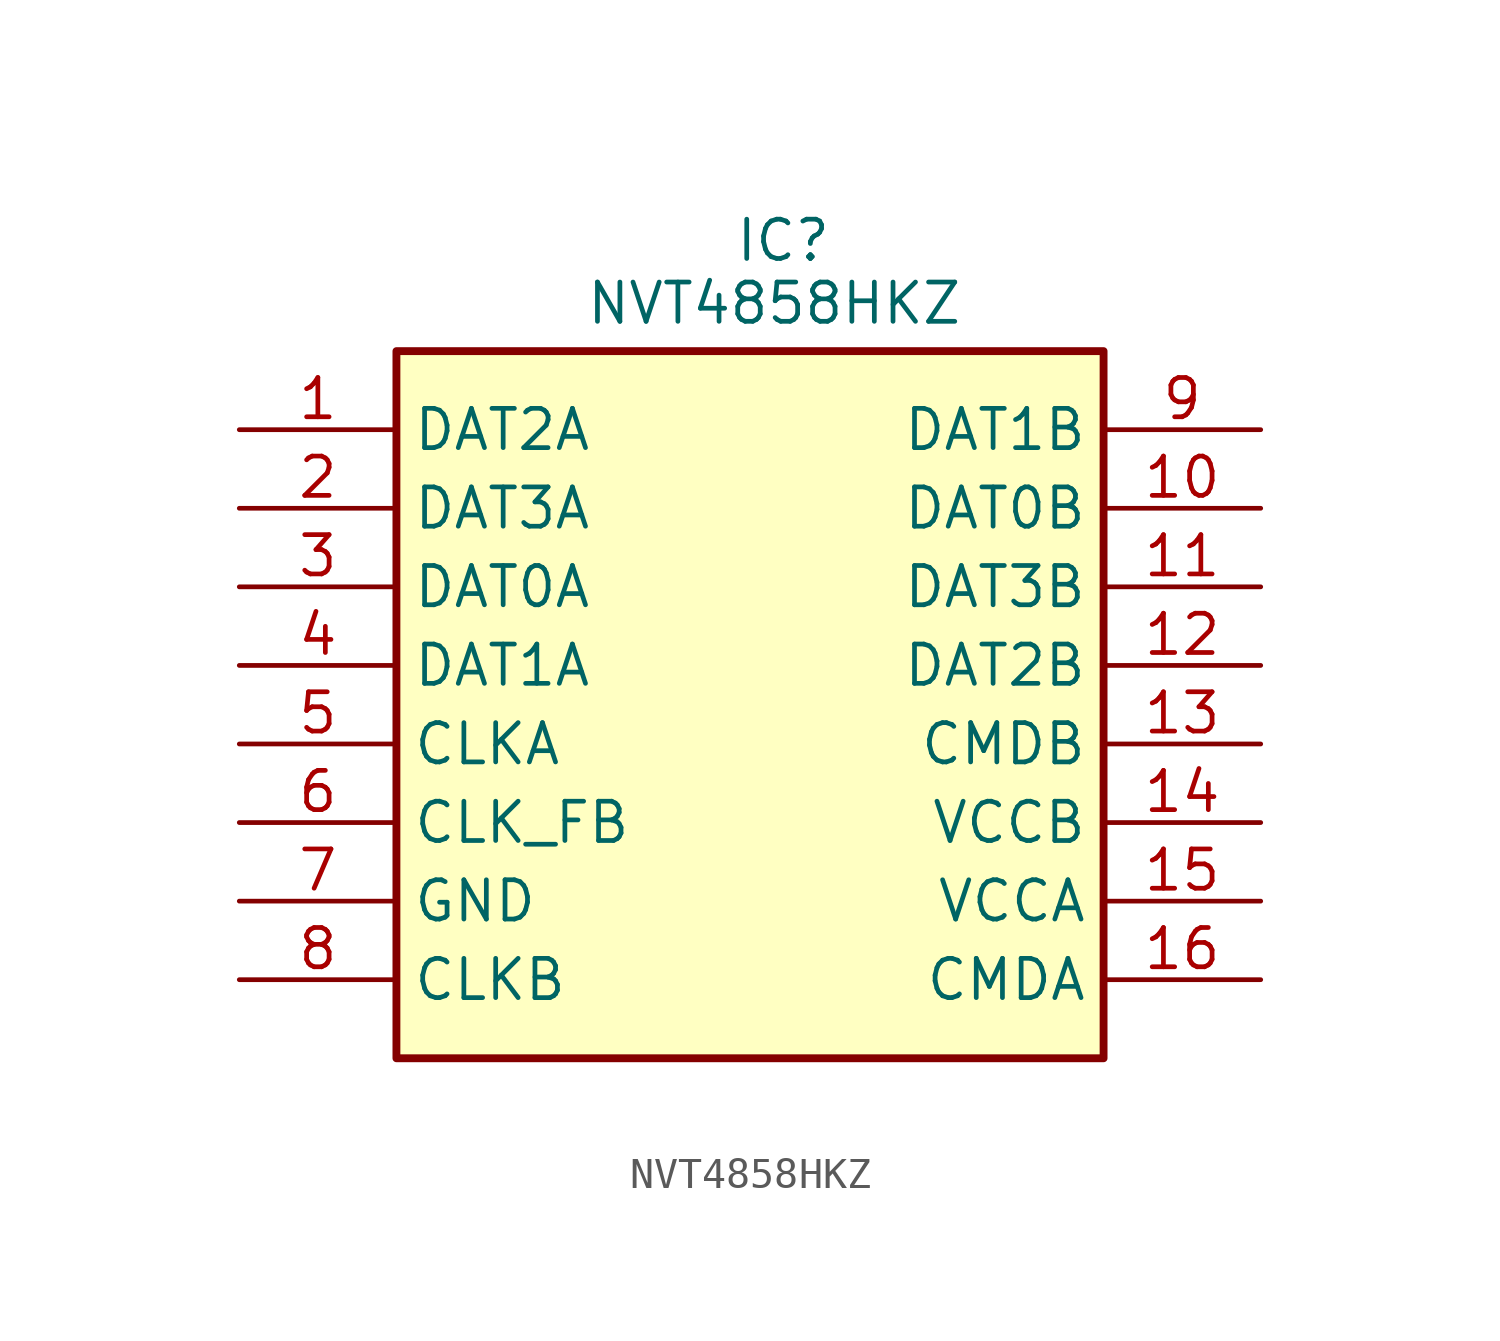
<source format=kicad_sym>
(kicad_symbol_lib
  (version 20241209)
  (generator "kicad_symbol_editor")
  (generator_version "9.0")
  (symbol "NVT4858HKZ"
    (property "Reference" "IC"
      (at 16.002 6.858 0)
      (effects (font (size 1.27 1.27)) (justify left top)))
    (property "Value" "NVT4858HKZ"
      (at 11.176 4.826 0)
      (effects (font (size 1.27 1.27)) (justify left top)))
    (symbol "NVT4858HKZ_1_1"
      (rectangle (start 5.08 2.54) (end 27.94 -20.32) (stroke (width 0.254) (type default)) (fill (type background)))
      (pin passive line (at 0 0 0) (length 5.08) (name "DAT2A" (effects (font (size 1.27 1.27)))) (number "1" (effects (font (size 1.27 1.27)))))
      (pin passive line (at 0 -2.54 0) (length 5.08) (name "DAT3A" (effects (font (size 1.27 1.27)))) (number "2" (effects (font (size 1.27 1.27)))))
      (pin passive line (at 0 -5.08 0) (length 5.08) (name "DAT0A" (effects (font (size 1.27 1.27)))) (number "3" (effects (font (size 1.27 1.27)))))
      (pin passive line (at 0 -7.62 0) (length 5.08) (name "DAT1A" (effects (font (size 1.27 1.27)))) (number "4" (effects (font (size 1.27 1.27)))))
      (pin passive line (at 0 -10.16 0) (length 5.08) (name "CLKA" (effects (font (size 1.27 1.27)))) (number "5" (effects (font (size 1.27 1.27)))))
      (pin passive line (at 0 -12.7 0) (length 5.08) (name "CLK_FB" (effects (font (size 1.27 1.27)))) (number "6" (effects (font (size 1.27 1.27)))))
      (pin passive line (at 0 -15.24 0) (length 5.08) (name "GND" (effects (font (size 1.27 1.27)))) (number "7" (effects (font (size 1.27 1.27)))))
      (pin passive line (at 0 -17.78 0) (length 5.08) (name "CLKB" (effects (font (size 1.27 1.27)))) (number "8" (effects (font (size 1.27 1.27)))))
      (pin passive line (at 33.02 0 180) (length 5.08) (name "DAT1B" (effects (font (size 1.27 1.27)))) (number "9" (effects (font (size 1.27 1.27)))))
      (pin passive line (at 33.02 -2.54 180) (length 5.08) (name "DAT0B" (effects (font (size 1.27 1.27)))) (number "10" (effects (font (size 1.27 1.27)))))
      (pin passive line (at 33.02 -5.08 180) (length 5.08) (name "DAT3B" (effects (font (size 1.27 1.27)))) (number "11" (effects (font (size 1.27 1.27)))))
      (pin passive line (at 33.02 -7.62 180) (length 5.08) (name "DAT2B" (effects (font (size 1.27 1.27)))) (number "12" (effects (font (size 1.27 1.27)))))
      (pin passive line (at 33.02 -10.16 180) (length 5.08) (name "CMDB" (effects (font (size 1.27 1.27)))) (number "13" (effects (font (size 1.27 1.27)))))
      (pin passive line (at 33.02 -12.7 180) (length 5.08) (name "VCCB" (effects (font (size 1.27 1.27)))) (number "14" (effects (font (size 1.27 1.27)))))
      (pin passive line (at 33.02 -15.24 180) (length 5.08) (name "VCCA" (effects (font (size 1.27 1.27)))) (number "15" (effects (font (size 1.27 1.27)))))
      (pin passive line (at 33.02 -17.78 180) (length 5.08) (name "CMDA" (effects (font (size 1.27 1.27)))) (number "16" (effects (font (size 1.27 1.27))))))))
</source>
